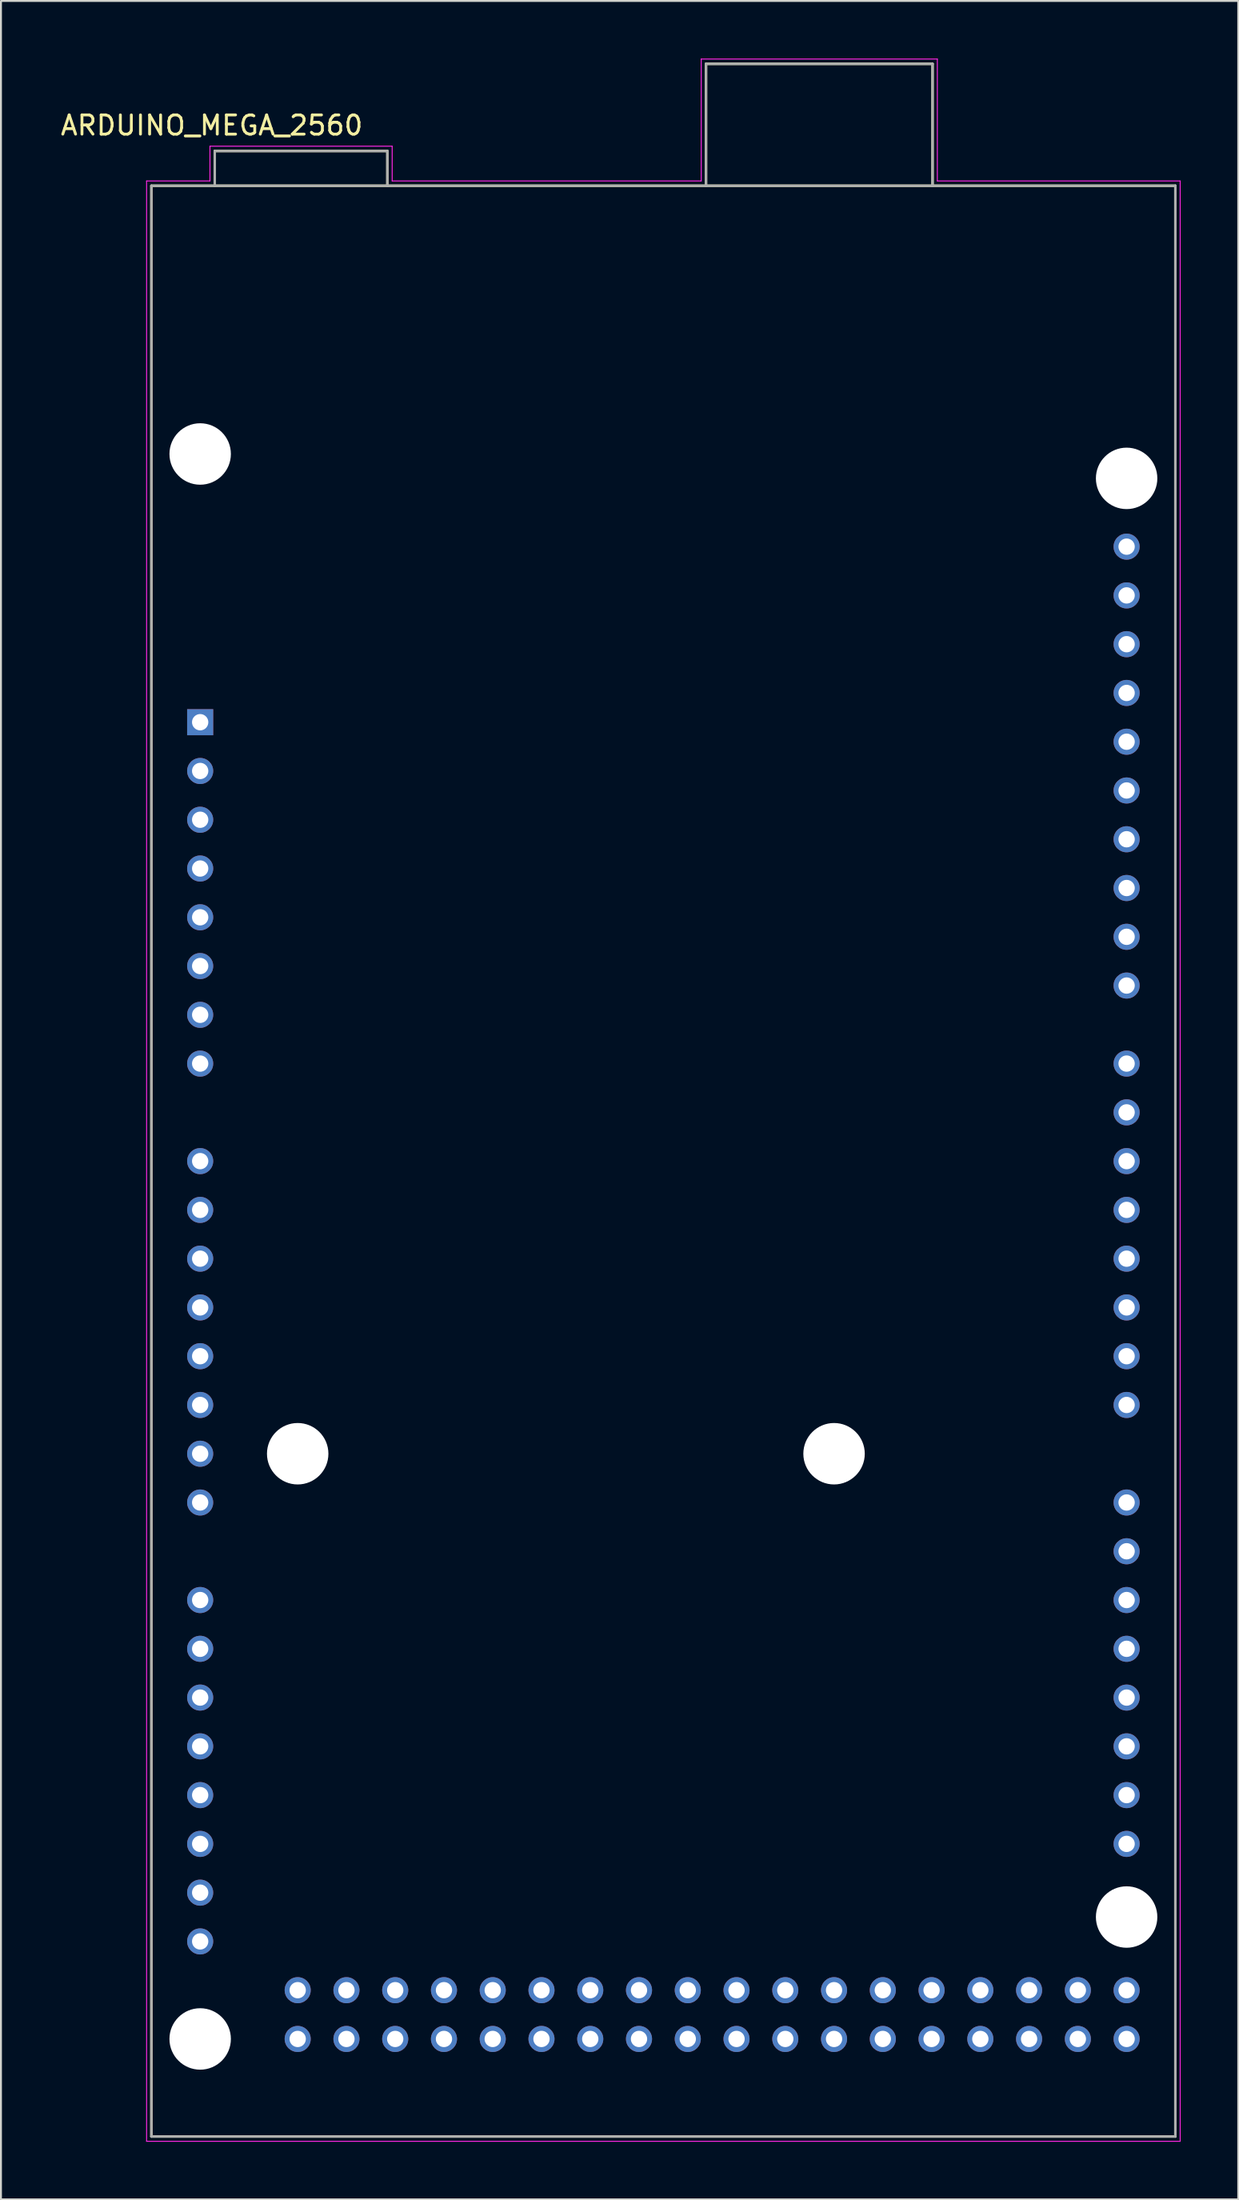
<source format=kicad_pcb>
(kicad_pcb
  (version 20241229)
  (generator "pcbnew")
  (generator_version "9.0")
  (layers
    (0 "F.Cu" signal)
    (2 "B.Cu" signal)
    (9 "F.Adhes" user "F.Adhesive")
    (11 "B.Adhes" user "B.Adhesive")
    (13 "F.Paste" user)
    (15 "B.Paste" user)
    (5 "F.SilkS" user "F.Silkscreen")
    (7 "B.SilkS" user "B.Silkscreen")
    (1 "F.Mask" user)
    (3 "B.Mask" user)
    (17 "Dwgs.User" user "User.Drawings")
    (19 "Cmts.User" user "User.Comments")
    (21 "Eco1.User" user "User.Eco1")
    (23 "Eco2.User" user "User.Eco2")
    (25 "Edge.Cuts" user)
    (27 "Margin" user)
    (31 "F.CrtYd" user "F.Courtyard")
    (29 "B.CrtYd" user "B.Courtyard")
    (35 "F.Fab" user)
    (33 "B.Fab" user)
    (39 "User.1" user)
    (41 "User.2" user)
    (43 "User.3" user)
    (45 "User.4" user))
  (footprint "ARDUINO_MEGA_2560"
    (layer "F.Cu")
    (at 31.507 57.425)
    (property "Reference" "ARDUINO_MEGA_2560" (at -23.525 -53.945 0) (layer "F.SilkS") (effects (font (size 1 1) (thickness 0.15))))
    (attr through_hole)
    (fp_line (start -26.67 -50.8) (end -23.37 -50.8) (stroke (width 0.127) (type solid)) (layer "F.SilkS"))
    (fp_line (start -26.67 50.8) (end -26.67 -50.8) (stroke (width 0.127) (type solid)) (layer "F.SilkS"))
    (fp_line (start -23.37 -52.61) (end -14.378 -52.61) (stroke (width 0.127) (type solid)) (layer "F.SilkS"))
    (fp_line (start -23.37 -50.8) (end -23.37 -52.61) (stroke (width 0.127) (type solid)) (layer "F.SilkS"))
    (fp_line (start -23.37 -50.8) (end -14.378 -50.8) (stroke (width 0.127) (type solid)) (layer "F.SilkS"))
    (fp_line (start -14.378 -52.61) (end -14.378 -50.8) (stroke (width 0.127) (type solid)) (layer "F.SilkS"))
    (fp_line (start -14.378 -50.8) (end 2.22 -50.8) (stroke (width 0.127) (type solid)) (layer "F.SilkS"))
    (fp_line (start 2.22 -57.15) (end 2.22 -50.8) (stroke (width 0.127) (type solid)) (layer "F.SilkS"))
    (fp_line (start 2.22 -50.8) (end 14.02 -50.8) (stroke (width 0.127) (type solid)) (layer "F.SilkS"))
    (fp_line (start 14.02 -57.15) (end 2.22 -57.15) (stroke (width 0.127) (type solid)) (layer "F.SilkS"))
    (fp_line (start 14.02 -50.8) (end 14.02 -57.15) (stroke (width 0.127) (type solid)) (layer "F.SilkS"))
    (fp_line (start 14.02 -50.8) (end 26.67 -50.8) (stroke (width 0.127) (type solid)) (layer "F.SilkS"))
    (fp_line (start 26.67 -50.8) (end 26.67 50.8) (stroke (width 0.127) (type solid)) (layer "F.SilkS"))
    (fp_line (start 26.67 50.8) (end -26.67 50.8) (stroke (width 0.127) (type solid)) (layer "F.SilkS"))
    (fp_line (start -26.92 -51.05) (end -23.62 -51.05) (stroke (width 0.05) (type solid)) (layer "F.CrtYd"))
    (fp_line (start -26.92 51.05) (end -26.92 -51.05) (stroke (width 0.05) (type solid)) (layer "F.CrtYd"))
    (fp_line (start -23.62 -52.86) (end -14.128 -52.86) (stroke (width 0.05) (type solid)) (layer "F.CrtYd"))
    (fp_line (start -23.62 -51.05) (end -23.62 -52.86) (stroke (width 0.05) (type solid)) (layer "F.CrtYd"))
    (fp_line (start -14.128 -52.86) (end -14.128 -51.05) (stroke (width 0.05) (type solid)) (layer "F.CrtYd"))
    (fp_line (start -14.128 -51.05) (end 1.97 -51.05) (stroke (width 0.05) (type solid)) (layer "F.CrtYd"))
    (fp_line (start 1.97 -57.4) (end 14.27 -57.4) (stroke (width 0.05) (type solid)) (layer "F.CrtYd"))
    (fp_line (start 1.97 -51.05) (end 1.97 -57.4) (stroke (width 0.05) (type solid)) (layer "F.CrtYd"))
    (fp_line (start 14.27 -57.4) (end 14.27 -51.05) (stroke (width 0.05) (type solid)) (layer "F.CrtYd"))
    (fp_line (start 14.27 -51.05) (end 26.92 -51.05) (stroke (width 0.05) (type solid)) (layer "F.CrtYd"))
    (fp_line (start 26.92 -51.05) (end 26.92 51.05) (stroke (width 0.05) (type solid)) (layer "F.CrtYd"))
    (fp_line (start 26.92 51.05) (end -26.92 51.05) (stroke (width 0.05) (type solid)) (layer "F.CrtYd"))
    (fp_line (start -26.67 -50.8) (end -23.37 -50.8) (stroke (width 0.127) (type solid)) (layer "F.Fab"))
    (fp_line (start -26.67 50.8) (end -26.67 -50.8) (stroke (width 0.127) (type solid)) (layer "F.Fab"))
    (fp_line (start -23.37 -52.61) (end -14.378 -52.61) (stroke (width 0.127) (type solid)) (layer "F.Fab"))
    (fp_line (start -23.37 -50.8) (end -23.37 -52.61) (stroke (width 0.127) (type solid)) (layer "F.Fab"))
    (fp_line (start -23.37 -50.8) (end -14.378 -50.8) (stroke (width 0.127) (type solid)) (layer "F.Fab"))
    (fp_line (start -14.378 -52.61) (end -14.378 -50.8) (stroke (width 0.127) (type solid)) (layer "F.Fab"))
    (fp_line (start -14.378 -50.8) (end 2.22 -50.8) (stroke (width 0.127) (type solid)) (layer "F.Fab"))
    (fp_line (start 2.22 -57.15) (end 2.22 -50.8) (stroke (width 0.127) (type solid)) (layer "F.Fab"))
    (fp_line (start 2.22 -50.8) (end 14.02 -50.8) (stroke (width 0.127) (type solid)) (layer "F.Fab"))
    (fp_line (start 14.02 -57.15) (end 2.22 -57.15) (stroke (width 0.127) (type solid)) (layer "F.Fab"))
    (fp_line (start 14.02 -50.8) (end 14.02 -57.15) (stroke (width 0.127) (type solid)) (layer "F.Fab"))
    (fp_line (start 14.02 -50.8) (end 26.67 -50.8) (stroke (width 0.127) (type solid)) (layer "F.Fab"))
    (fp_line (start 26.67 -50.8) (end 26.67 50.8) (stroke (width 0.127) (type solid)) (layer "F.Fab"))
    (fp_line (start 26.67 50.8) (end -26.67 50.8) (stroke (width 0.127) (type solid)) (layer "F.Fab"))
    (pad "" np_thru_hole circle (at -24.13 -36.83) (size 3.2 3.2) (drill 3.2) (layers "*.Cu" "*.Mask"))
    (pad "" np_thru_hole circle (at -24.13 45.72) (size 3.2 3.2) (drill 3.2) (layers "*.Cu" "*.Mask"))
    (pad "" np_thru_hole circle (at -19.05 15.24) (size 3.2 3.2) (drill 3.2) (layers "*.Cu" "*.Mask"))
    (pad "" np_thru_hole circle (at 8.89 15.24) (size 3.2 3.2) (drill 3.2) (layers "*.Cu" "*.Mask"))
    (pad "" np_thru_hole circle (at 24.13 -35.56) (size 3.2 3.2) (drill 3.2) (layers "*.Cu" "*.Mask"))
    (pad "" np_thru_hole circle (at 24.13 39.37) (size 3.2 3.2) (drill 3.2) (layers "*.Cu" "*.Mask"))
    (pad "0" thru_hole circle (at 24.13 12.7) (size 1.358 1.358) (drill 0.85) (layers "*.Cu" "*.Mask"))
    (pad "1" thru_hole circle (at 24.13 10.16) (size 1.358 1.358) (drill 0.85) (layers "*.Cu" "*.Mask"))
    (pad "2" thru_hole circle (at 24.13 7.62) (size 1.358 1.358) (drill 0.85) (layers "*.Cu" "*.Mask"))
    (pad "3" thru_hole circle (at 24.13 5.08) (size 1.358 1.358) (drill 0.85) (layers "*.Cu" "*.Mask"))
    (pad "3V3" thru_hole circle (at -24.13 -15.24) (size 1.358 1.358) (drill 0.85) (layers "*.Cu" "*.Mask"))
    (pad "4" thru_hole circle (at 24.13 2.54) (size 1.358 1.358) (drill 0.85) (layers "*.Cu" "*.Mask"))
    (pad "5" thru_hole circle (at 24.13 0) (size 1.358 1.358) (drill 0.85) (layers "*.Cu" "*.Mask"))
    (pad "5V_1" thru_hole circle (at -24.13 -12.7) (size 1.358 1.358) (drill 0.85) (layers "*.Cu" "*.Mask"))
    (pad "5V_2" thru_hole circle (at 24.13 43.18) (size 1.358 1.358) (drill 0.85) (layers "*.Cu" "*.Mask"))
    (pad "5V_3" thru_hole circle (at 24.13 45.72) (size 1.358 1.358) (drill 0.85) (layers "*.Cu" "*.Mask"))
    (pad "6" thru_hole circle (at 24.13 -2.54) (size 1.358 1.358) (drill 0.85) (layers "*.Cu" "*.Mask"))
    (pad "7" thru_hole circle (at 24.13 -5.08) (size 1.358 1.358) (drill 0.85) (layers "*.Cu" "*.Mask"))
    (pad "8" thru_hole circle (at 24.13 -9.144) (size 1.358 1.358) (drill 0.85) (layers "*.Cu" "*.Mask"))
    (pad "9" thru_hole circle (at 24.13 -11.684) (size 1.358 1.358) (drill 0.85) (layers "*.Cu" "*.Mask"))
    (pad "10" thru_hole circle (at 24.13 -14.224) (size 1.358 1.358) (drill 0.85) (layers "*.Cu" "*.Mask"))
    (pad "11" thru_hole circle (at 24.13 -16.764) (size 1.358 1.358) (drill 0.85) (layers "*.Cu" "*.Mask"))
    (pad "12" thru_hole circle (at 24.13 -19.304) (size 1.358 1.358) (drill 0.85) (layers "*.Cu" "*.Mask"))
    (pad "13" thru_hole circle (at 24.13 -21.844) (size 1.358 1.358) (drill 0.85) (layers "*.Cu" "*.Mask"))
    (pad "14" thru_hole circle (at 24.13 17.78) (size 1.358 1.358) (drill 0.85) (layers "*.Cu" "*.Mask"))
    (pad "15" thru_hole circle (at 24.13 20.32) (size 1.358 1.358) (drill 0.85) (layers "*.Cu" "*.Mask"))
    (pad "16" thru_hole circle (at 24.13 22.86) (size 1.358 1.358) (drill 0.85) (layers "*.Cu" "*.Mask"))
    (pad "17" thru_hole circle (at 24.13 25.4) (size 1.358 1.358) (drill 0.85) (layers "*.Cu" "*.Mask"))
    (pad "18" thru_hole circle (at 24.13 27.94) (size 1.358 1.358) (drill 0.85) (layers "*.Cu" "*.Mask"))
    (pad "19" thru_hole circle (at 24.13 30.48) (size 1.358 1.358) (drill 0.85) (layers "*.Cu" "*.Mask"))
    (pad "20" thru_hole circle (at 24.13 33.02) (size 1.358 1.358) (drill 0.85) (layers "*.Cu" "*.Mask"))
    (pad "21" thru_hole circle (at 24.13 35.56) (size 1.358 1.358) (drill 0.85) (layers "*.Cu" "*.Mask"))
    (pad "22" thru_hole circle (at 21.59 43.18) (size 1.358 1.358) (drill 0.85) (layers "*.Cu" "*.Mask"))
    (pad "23" thru_hole circle (at 21.59 45.72) (size 1.358 1.358) (drill 0.85) (layers "*.Cu" "*.Mask"))
    (pad "24" thru_hole circle (at 19.05 43.18) (size 1.358 1.358) (drill 0.85) (layers "*.Cu" "*.Mask"))
    (pad "25" thru_hole circle (at 19.05 45.72) (size 1.358 1.358) (drill 0.85) (layers "*.Cu" "*.Mask"))
    (pad "26" thru_hole circle (at 16.51 43.18) (size 1.358 1.358) (drill 0.85) (layers "*.Cu" "*.Mask"))
    (pad "27" thru_hole circle (at 16.51 45.72) (size 1.358 1.358) (drill 0.85) (layers "*.Cu" "*.Mask"))
    (pad "28" thru_hole circle (at 13.97 43.18) (size 1.358 1.358) (drill 0.85) (layers "*.Cu" "*.Mask"))
    (pad "29" thru_hole circle (at 13.97 45.72) (size 1.358 1.358) (drill 0.85) (layers "*.Cu" "*.Mask"))
    (pad "30" thru_hole circle (at 11.43 43.18) (size 1.358 1.358) (drill 0.85) (layers "*.Cu" "*.Mask"))
    (pad "31" thru_hole circle (at 11.43 45.72) (size 1.358 1.358) (drill 0.85) (layers "*.Cu" "*.Mask"))
    (pad "32" thru_hole circle (at 8.89 43.18) (size 1.358 1.358) (drill 0.85) (layers "*.Cu" "*.Mask"))
    (pad "33" thru_hole circle (at 8.89 45.72) (size 1.358 1.358) (drill 0.85) (layers "*.Cu" "*.Mask"))
    (pad "34" thru_hole circle (at 6.35 43.18) (size 1.358 1.358) (drill 0.85) (layers "*.Cu" "*.Mask"))
    (pad "35" thru_hole circle (at 6.35 45.72) (size 1.358 1.358) (drill 0.85) (layers "*.Cu" "*.Mask"))
    (pad "36" thru_hole circle (at 3.81 43.18) (size 1.358 1.358) (drill 0.85) (layers "*.Cu" "*.Mask"))
    (pad "37" thru_hole circle (at 3.81 45.72) (size 1.358 1.358) (drill 0.85) (layers "*.Cu" "*.Mask"))
    (pad "38" thru_hole circle (at 1.27 43.18) (size 1.358 1.358) (drill 0.85) (layers "*.Cu" "*.Mask"))
    (pad "39" thru_hole circle (at 1.27 45.72) (size 1.358 1.358) (drill 0.85) (layers "*.Cu" "*.Mask"))
    (pad "40" thru_hole circle (at -1.27 43.18) (size 1.358 1.358) (drill 0.85) (layers "*.Cu" "*.Mask"))
    (pad "41" thru_hole circle (at -1.27 45.72) (size 1.358 1.358) (drill 0.85) (layers "*.Cu" "*.Mask"))
    (pad "42" thru_hole circle (at -3.81 43.18) (size 1.358 1.358) (drill 0.85) (layers "*.Cu" "*.Mask"))
    (pad "43" thru_hole circle (at -3.81 45.72) (size 1.358 1.358) (drill 0.85) (layers "*.Cu" "*.Mask"))
    (pad "44" thru_hole circle (at -6.35 43.18) (size 1.358 1.358) (drill 0.85) (layers "*.Cu" "*.Mask"))
    (pad "45" thru_hole circle (at -6.35 45.72) (size 1.358 1.358) (drill 0.85) (layers "*.Cu" "*.Mask"))
    (pad "46" thru_hole circle (at -8.89 43.18) (size 1.358 1.358) (drill 0.85) (layers "*.Cu" "*.Mask"))
    (pad "47" thru_hole circle (at -8.89 45.72) (size 1.358 1.358) (drill 0.85) (layers "*.Cu" "*.Mask"))
    (pad "48" thru_hole circle (at -11.43 43.18) (size 1.358 1.358) (drill 0.85) (layers "*.Cu" "*.Mask"))
    (pad "49" thru_hole circle (at -11.43 45.72) (size 1.358 1.358) (drill 0.85) (layers "*.Cu" "*.Mask"))
    (pad "50" thru_hole circle (at -13.97 43.18) (size 1.358 1.358) (drill 0.85) (layers "*.Cu" "*.Mask"))
    (pad "51" thru_hole circle (at -13.97 45.72) (size 1.358 1.358) (drill 0.85) (layers "*.Cu" "*.Mask"))
    (pad "52" thru_hole circle (at -16.51 43.18) (size 1.358 1.358) (drill 0.85) (layers "*.Cu" "*.Mask"))
    (pad "53" thru_hole circle (at -16.51 45.72) (size 1.358 1.358) (drill 0.85) (layers "*.Cu" "*.Mask"))
    (pad "AD0" thru_hole circle (at -24.13 0) (size 1.358 1.358) (drill 0.85) (layers "*.Cu" "*.Mask"))
    (pad "AD1" thru_hole circle (at -24.13 2.54) (size 1.358 1.358) (drill 0.85) (layers "*.Cu" "*.Mask"))
    (pad "AD2" thru_hole circle (at -24.13 5.08) (size 1.358 1.358) (drill 0.85) (layers "*.Cu" "*.Mask"))
    (pad "AD3" thru_hole circle (at -24.13 7.62) (size 1.358 1.358) (drill 0.85) (layers "*.Cu" "*.Mask"))
    (pad "AD4" thru_hole circle (at -24.13 10.16) (size 1.358 1.358) (drill 0.85) (layers "*.Cu" "*.Mask"))
    (pad "AD5" thru_hole circle (at -24.13 12.7) (size 1.358 1.358) (drill 0.85) (layers "*.Cu" "*.Mask"))
    (pad "AD6" thru_hole circle (at -24.13 15.24) (size 1.358 1.358) (drill 0.85) (layers "*.Cu" "*.Mask"))
    (pad "AD7" thru_hole circle (at -24.13 17.78) (size 1.358 1.358) (drill 0.85) (layers "*.Cu" "*.Mask"))
    (pad "AD8" thru_hole circle (at -24.13 22.86) (size 1.358 1.358) (drill 0.85) (layers "*.Cu" "*.Mask"))
    (pad "AD9" thru_hole circle (at -24.13 25.4) (size 1.358 1.358) (drill 0.85) (layers "*.Cu" "*.Mask"))
    (pad "AD10" thru_hole circle (at -24.13 27.94) (size 1.358 1.358) (drill 0.85) (layers "*.Cu" "*.Mask"))
    (pad "AD11" thru_hole circle (at -24.13 30.48) (size 1.358 1.358) (drill 0.85) (layers "*.Cu" "*.Mask"))
    (pad "AD12" thru_hole circle (at -24.13 33.02) (size 1.358 1.358) (drill 0.85) (layers "*.Cu" "*.Mask"))
    (pad "AD13" thru_hole circle (at -24.13 35.56) (size 1.358 1.358) (drill 0.85) (layers "*.Cu" "*.Mask"))
    (pad "AD14" thru_hole circle (at -24.13 38.1) (size 1.358 1.358) (drill 0.85) (layers "*.Cu" "*.Mask"))
    (pad "AD15" thru_hole circle (at -24.13 40.64) (size 1.358 1.358) (drill 0.85) (layers "*.Cu" "*.Mask"))
    (pad "AREF" thru_hole circle (at 24.13 -26.924) (size 1.358 1.358) (drill 0.85) (layers "*.Cu" "*.Mask"))
    (pad "GND1" thru_hole circle (at -24.13 -10.16) (size 1.358 1.358) (drill 0.85) (layers "*.Cu" "*.Mask"))
    (pad "GND2" thru_hole circle (at -24.13 -7.62) (size 1.358 1.358) (drill 0.85) (layers "*.Cu" "*.Mask"))
    (pad "GND3" thru_hole circle (at 24.13 -24.384) (size 1.358 1.358) (drill 0.85) (layers "*.Cu" "*.Mask"))
    (pad "GND4" thru_hole circle (at -19.05 43.18) (size 1.358 1.358) (drill 0.85) (layers "*.Cu" "*.Mask"))
    (pad "GND5" thru_hole circle (at -19.05 45.72) (size 1.358 1.358) (drill 0.85) (layers "*.Cu" "*.Mask"))
    (pad "IOREF" thru_hole circle (at -24.13 -20.32) (size 1.358 1.358) (drill 0.85) (layers "*.Cu" "*.Mask"))
    (pad "NC" thru_hole rect (at -24.13 -22.86) (size 1.358 1.358) (drill 0.85) (layers "*.Cu" "*.Mask"))
    (pad "RESET" thru_hole circle (at -24.13 -17.78) (size 1.358 1.358) (drill 0.85) (layers "*.Cu" "*.Mask"))
    (pad "SCL" thru_hole circle (at 24.13 -32.004) (size 1.358 1.358) (drill 0.85) (layers "*.Cu" "*.Mask"))
    (pad "SDA" thru_hole circle (at 24.13 -29.464) (size 1.358 1.358) (drill 0.85) (layers "*.Cu" "*.Mask"))
    (pad "VIN" thru_hole circle (at -24.13 -5.08) (size 1.358 1.358) (drill 0.85) (layers "*.Cu" "*.Mask")))
  (gr_rect
    (start -3 -3)
    (end 61.452 111.5)
    (stroke (width 0.1) (type default))
    (fill no)
    (layer "Edge.Cuts")))
</source>
